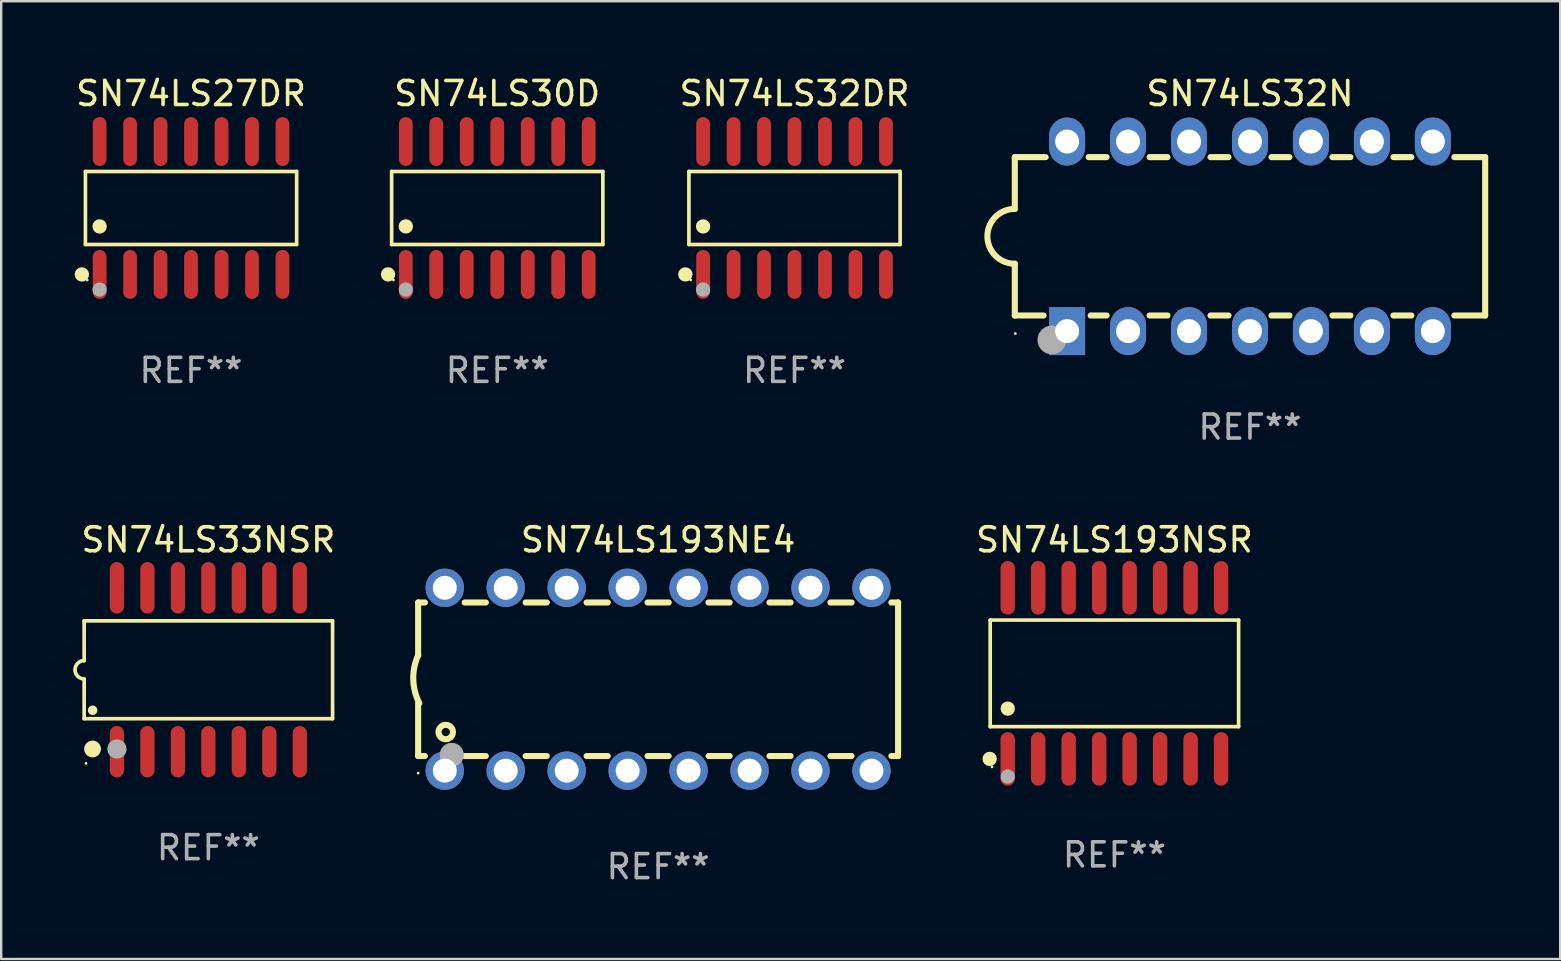
<source format=kicad_pcb>
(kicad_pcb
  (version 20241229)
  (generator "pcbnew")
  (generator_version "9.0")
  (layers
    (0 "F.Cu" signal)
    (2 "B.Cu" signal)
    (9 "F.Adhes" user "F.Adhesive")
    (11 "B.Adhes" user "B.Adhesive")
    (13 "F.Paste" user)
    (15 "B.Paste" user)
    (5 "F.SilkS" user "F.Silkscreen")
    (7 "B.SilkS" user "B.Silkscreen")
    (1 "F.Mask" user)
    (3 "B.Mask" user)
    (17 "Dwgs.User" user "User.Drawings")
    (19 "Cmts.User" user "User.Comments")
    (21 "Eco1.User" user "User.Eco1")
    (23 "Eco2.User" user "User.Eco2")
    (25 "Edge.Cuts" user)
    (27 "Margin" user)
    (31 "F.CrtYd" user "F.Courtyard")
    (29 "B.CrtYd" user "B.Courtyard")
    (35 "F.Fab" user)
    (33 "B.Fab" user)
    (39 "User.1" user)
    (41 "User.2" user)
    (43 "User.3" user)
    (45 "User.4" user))
  (footprint "SN74LS193NSR"
    (layer "F.Cu")
    (at 43.389 25.01)
    (property "Reference" "SN74LS193NSR" (at 0 -5.565 0) (layer "F.SilkS") (effects (font (size 1 1) (thickness 0.15))))
    (attr through_hole)
    (fp_line (start -5.176 -2.221) (end 5.176 -2.221) (stroke (width 0.152) (type solid)) (layer "F.SilkS"))
    (fp_line (start -5.176 2.221) (end -5.176 -2.221) (stroke (width 0.152) (type solid)) (layer "F.SilkS"))
    (fp_line (start 5.176 -2.221) (end 5.176 2.221) (stroke (width 0.152) (type solid)) (layer "F.SilkS"))
    (fp_line (start 5.176 2.221) (end -5.176 2.221) (stroke (width 0.152) (type solid)) (layer "F.SilkS"))
    (fp_circle (center -5.198 3.565) (end -5.048 3.565) (stroke (width 0.3) (type solid)) (fill no) (layer "F.SilkS"))
    (fp_circle (center -5.1 3.9) (end -5.07 3.9) (stroke (width 0.06) (type solid)) (fill no) (layer "F.SilkS"))
    (fp_circle (center -4.445 1.469) (end -4.295 1.469) (stroke (width 0.3) (type solid)) (fill no) (layer "F.SilkS"))
    (fp_circle (center -4.445 4.3) (end -4.295 4.3) (stroke (width 0.3) (type solid)) (fill no) (layer "F.Fab"))
    (fp_text user "REF**" (at 0 7.565 0) (layer "F.Fab") (effects (font (size 1 1) (thickness 0.15))))
    (pad "1" smd oval (at -4.445 3.565) (size 0.602 2.231) (layers "F.Cu" "F.Mask" "F.Paste"))
    (pad "2" smd oval (at -3.175 3.565) (size 0.602 2.231) (layers "F.Cu" "F.Mask" "F.Paste"))
    (pad "3" smd oval (at -1.905 3.565) (size 0.602 2.231) (layers "F.Cu" "F.Mask" "F.Paste"))
    (pad "4" smd oval (at -0.635 3.565) (size 0.602 2.231) (layers "F.Cu" "F.Mask" "F.Paste"))
    (pad "5" smd oval (at 0.635 3.565) (size 0.602 2.231) (layers "F.Cu" "F.Mask" "F.Paste"))
    (pad "6" smd oval (at 1.905 3.565) (size 0.602 2.231) (layers "F.Cu" "F.Mask" "F.Paste"))
    (pad "7" smd oval (at 3.175 3.565) (size 0.602 2.231) (layers "F.Cu" "F.Mask" "F.Paste"))
    (pad "8" smd oval (at 4.445 3.565) (size 0.602 2.231) (layers "F.Cu" "F.Mask" "F.Paste"))
    (pad "9" smd oval (at 4.445 -3.565) (size 0.602 2.231) (layers "F.Cu" "F.Mask" "F.Paste"))
    (pad "10" smd oval (at 3.175 -3.565) (size 0.602 2.231) (layers "F.Cu" "F.Mask" "F.Paste"))
    (pad "11" smd oval (at 1.905 -3.565) (size 0.602 2.231) (layers "F.Cu" "F.Mask" "F.Paste"))
    (pad "12" smd oval (at 0.635 -3.565) (size 0.602 2.231) (layers "F.Cu" "F.Mask" "F.Paste"))
    (pad "13" smd oval (at -0.635 -3.565) (size 0.602 2.231) (layers "F.Cu" "F.Mask" "F.Paste"))
    (pad "14" smd oval (at -1.905 -3.565) (size 0.602 2.231) (layers "F.Cu" "F.Mask" "F.Paste"))
    (pad "15" smd oval (at -3.175 -3.565) (size 0.602 2.231) (layers "F.Cu" "F.Mask" "F.Paste"))
    (pad "16" smd oval (at -4.445 -3.565) (size 0.602 2.231) (layers "F.Cu" "F.Mask" "F.Paste")))
  (footprint "SN74LS30D"
    (layer "F.Cu")
    (at 17.671 5.617)
    (property "Reference" "SN74LS30D" (at 0 -4.769 0) (layer "F.SilkS") (effects (font (size 1 1) (thickness 0.15))))
    (attr through_hole)
    (fp_line (start -4.401 -1.521) (end 4.401 -1.521) (stroke (width 0.152) (type solid)) (layer "F.SilkS"))
    (fp_line (start -4.401 1.521) (end -4.401 -1.521) (stroke (width 0.152) (type solid)) (layer "F.SilkS"))
    (fp_line (start 4.401 -1.521) (end 4.401 1.521) (stroke (width 0.152) (type solid)) (layer "F.SilkS"))
    (fp_line (start 4.401 1.521) (end -4.401 1.521) (stroke (width 0.152) (type solid)) (layer "F.SilkS"))
    (fp_circle (center -4.549 2.769) (end -4.399 2.769) (stroke (width 0.3) (type solid)) (fill no) (layer "F.SilkS"))
    (fp_circle (center -4.325 3) (end -4.295 3) (stroke (width 0.06) (type solid)) (fill no) (layer "F.SilkS"))
    (fp_circle (center -3.81 0.769) (end -3.66 0.769) (stroke (width 0.3) (type solid)) (fill no) (layer "F.SilkS"))
    (fp_circle (center -3.81 3.4) (end -3.66 3.4) (stroke (width 0.3) (type solid)) (fill no) (layer "F.Fab"))
    (fp_text user "REF**" (at 0 6.769 0) (layer "F.Fab") (effects (font (size 1 1) (thickness 0.15))))
    (pad "1" smd oval (at -3.81 2.769) (size 0.574 2.038) (layers "F.Cu" "F.Mask" "F.Paste"))
    (pad "2" smd oval (at -2.54 2.769) (size 0.574 2.038) (layers "F.Cu" "F.Mask" "F.Paste"))
    (pad "3" smd oval (at -1.27 2.769) (size 0.574 2.038) (layers "F.Cu" "F.Mask" "F.Paste"))
    (pad "4" smd oval (at 0 2.769) (size 0.574 2.038) (layers "F.Cu" "F.Mask" "F.Paste"))
    (pad "5" smd oval (at 1.27 2.769) (size 0.574 2.038) (layers "F.Cu" "F.Mask" "F.Paste"))
    (pad "6" smd oval (at 2.54 2.769) (size 0.574 2.038) (layers "F.Cu" "F.Mask" "F.Paste"))
    (pad "7" smd oval (at 3.81 2.769) (size 0.574 2.038) (layers "F.Cu" "F.Mask" "F.Paste"))
    (pad "8" smd oval (at 3.81 -2.769) (size 0.574 2.038) (layers "F.Cu" "F.Mask" "F.Paste"))
    (pad "9" smd oval (at 2.54 -2.769) (size 0.574 2.038) (layers "F.Cu" "F.Mask" "F.Paste"))
    (pad "10" smd oval (at 1.27 -2.769) (size 0.574 2.038) (layers "F.Cu" "F.Mask" "F.Paste"))
    (pad "11" smd oval (at 0 -2.769) (size 0.574 2.038) (layers "F.Cu" "F.Mask" "F.Paste"))
    (pad "12" smd oval (at -1.27 -2.769) (size 0.574 2.038) (layers "F.Cu" "F.Mask" "F.Paste"))
    (pad "13" smd oval (at -2.54 -2.769) (size 0.574 2.038) (layers "F.Cu" "F.Mask" "F.Paste"))
    (pad "14" smd oval (at -3.81 -2.769) (size 0.574 2.038) (layers "F.Cu" "F.Mask" "F.Paste")))
  (footprint "SN74LS32N"
    (layer "F.Cu")
    (at 49.039 6.798)
    (property "Reference" "SN74LS32N" (at 0 -5.95 0) (layer "F.SilkS") (effects (font (size 1 1) (thickness 0.15))))
    (attr through_hole)
    (fp_line (start -9.8 -3.3) (end -9.8 -1.143) (stroke (width 0.254) (type solid)) (layer "F.SilkS"))
    (fp_line (start -9.8 -3.3) (end -8.516 -3.3) (stroke (width 0.254) (type solid)) (layer "F.SilkS"))
    (fp_line (start -9.8 3.3) (end -9.8 1.143) (stroke (width 0.254) (type solid)) (layer "F.SilkS"))
    (fp_line (start -8.601 3.3) (end -9.8 3.3) (stroke (width 0.254) (type solid)) (layer "F.SilkS"))
    (fp_line (start -6.724 -3.3) (end -5.976 -3.3) (stroke (width 0.254) (type solid)) (layer "F.SilkS"))
    (fp_line (start -5.976 3.3) (end -6.639 3.3) (stroke (width 0.254) (type solid)) (layer "F.SilkS"))
    (fp_line (start -4.184 -3.3) (end -3.436 -3.3) (stroke (width 0.254) (type solid)) (layer "F.SilkS"))
    (fp_line (start -3.436 3.3) (end -4.184 3.3) (stroke (width 0.254) (type solid)) (layer "F.SilkS"))
    (fp_line (start -1.644 -3.3) (end -0.896 -3.3) (stroke (width 0.254) (type solid)) (layer "F.SilkS"))
    (fp_line (start -0.896 3.3) (end -1.644 3.3) (stroke (width 0.254) (type solid)) (layer "F.SilkS"))
    (fp_line (start 0.896 -3.3) (end 1.644 -3.3) (stroke (width 0.254) (type solid)) (layer "F.SilkS"))
    (fp_line (start 1.644 3.3) (end 0.896 3.3) (stroke (width 0.254) (type solid)) (layer "F.SilkS"))
    (fp_line (start 3.436 -3.3) (end 4.184 -3.3) (stroke (width 0.254) (type solid)) (layer "F.SilkS"))
    (fp_line (start 4.184 3.3) (end 3.436 3.3) (stroke (width 0.254) (type solid)) (layer "F.SilkS"))
    (fp_line (start 5.976 -3.3) (end 6.724 -3.3) (stroke (width 0.254) (type solid)) (layer "F.SilkS"))
    (fp_line (start 6.724 3.3) (end 5.976 3.3) (stroke (width 0.254) (type solid)) (layer "F.SilkS"))
    (fp_line (start 8.516 -3.3) (end 9.8 -3.3) (stroke (width 0.254) (type solid)) (layer "F.SilkS"))
    (fp_line (start 9.8 -3.3) (end 9.8 3.3) (stroke (width 0.254) (type solid)) (layer "F.SilkS"))
    (fp_line (start 9.8 3.3) (end 8.516 3.3) (stroke (width 0.254) (type solid)) (layer "F.SilkS"))
    (fp_arc (start -9.800038 1.143002) (mid -10.942354 -0.000343) (end -9.799352 -1.143002) (stroke (width 0.254001) (type solid)) (layer "F.SilkS"))
    (fp_circle (center -9.779 4.051) (end -9.749 4.051) (stroke (width 0.06) (type solid)) (fill no) (layer "F.SilkS"))
    (fp_circle (center -8.255 4.318) (end -7.955 4.318) (stroke (width 0.6) (type solid)) (fill no) (layer "F.Fab"))
    (fp_text user "REF**" (at 0 7.95 0) (layer "F.Fab") (effects (font (size 1 1) (thickness 0.15))))
    (pad "1" thru_hole rect (at -7.62 3.95 90) (size 2 1.5) (drill 1) (layers "*.Cu" "*.Mask"))
    (pad "2" thru_hole oval (at -5.08 3.95 90) (size 2 1.5) (drill 1) (layers "*.Cu" "*.Mask"))
    (pad "3" thru_hole oval (at -2.54 3.95 90) (size 2 1.5) (drill 1) (layers "*.Cu" "*.Mask"))
    (pad "4" thru_hole oval (at -0.000013 3.95 90) (size 2 1.5) (drill 1) (layers "*.Cu" "*.Mask"))
    (pad "5" thru_hole oval (at 2.54 3.95 90) (size 2 1.5) (drill 1) (layers "*.Cu" "*.Mask"))
    (pad "6" thru_hole oval (at 5.08 3.95 90) (size 2 1.5) (drill 1) (layers "*.Cu" "*.Mask"))
    (pad "7" thru_hole oval (at 7.62 3.95 90) (size 2 1.5) (drill 1) (layers "*.Cu" "*.Mask"))
    (pad "8" thru_hole oval (at 7.62 -3.95 90) (size 2 1.5) (drill 1) (layers "*.Cu" "*.Mask"))
    (pad "9" thru_hole oval (at 5.08 -3.95 90) (size 2 1.5) (drill 1) (layers "*.Cu" "*.Mask"))
    (pad "10" thru_hole oval (at 2.54 -3.95 90) (size 2 1.5) (drill 1) (layers "*.Cu" "*.Mask"))
    (pad "11" thru_hole oval (at -0.000013 -3.95 90) (size 2 1.5) (drill 1) (layers "*.Cu" "*.Mask"))
    (pad "12" thru_hole oval (at -2.54 -3.95 90) (size 2 1.5) (drill 1) (layers "*.Cu" "*.Mask"))
    (pad "13" thru_hole oval (at -5.08 -3.95 90) (size 2 1.5) (drill 1) (layers "*.Cu" "*.Mask"))
    (pad "14" thru_hole oval (at -7.62 -3.95 90) (size 2 1.5) (drill 1) (layers "*.Cu" "*.Mask")))
  (footprint "SN74LS27DR"
    (layer "F.Cu")
    (at 4.911 5.617)
    (property "Reference" "SN74LS27DR" (at 0 -4.769 0) (layer "F.SilkS") (effects (font (size 1 1) (thickness 0.15))))
    (attr through_hole)
    (fp_line (start -4.401 -1.521) (end 4.401 -1.521) (stroke (width 0.152) (type solid)) (layer "F.SilkS"))
    (fp_line (start -4.401 1.521) (end -4.401 -1.521) (stroke (width 0.152) (type solid)) (layer "F.SilkS"))
    (fp_line (start 4.401 -1.521) (end 4.401 1.521) (stroke (width 0.152) (type solid)) (layer "F.SilkS"))
    (fp_line (start 4.401 1.521) (end -4.401 1.521) (stroke (width 0.152) (type solid)) (layer "F.SilkS"))
    (fp_circle (center -4.549 2.769) (end -4.399 2.769) (stroke (width 0.3) (type solid)) (fill no) (layer "F.SilkS"))
    (fp_circle (center -4.325 3) (end -4.295 3) (stroke (width 0.06) (type solid)) (fill no) (layer "F.SilkS"))
    (fp_circle (center -3.81 0.769) (end -3.66 0.769) (stroke (width 0.3) (type solid)) (fill no) (layer "F.SilkS"))
    (fp_circle (center -3.81 3.4) (end -3.66 3.4) (stroke (width 0.3) (type solid)) (fill no) (layer "F.Fab"))
    (fp_text user "REF**" (at 0 6.769 0) (layer "F.Fab") (effects (font (size 1 1) (thickness 0.15))))
    (pad "1" smd oval (at -3.81 2.769) (size 0.574 2.038) (layers "F.Cu" "F.Mask" "F.Paste"))
    (pad "2" smd oval (at -2.54 2.769) (size 0.574 2.038) (layers "F.Cu" "F.Mask" "F.Paste"))
    (pad "3" smd oval (at -1.27 2.769) (size 0.574 2.038) (layers "F.Cu" "F.Mask" "F.Paste"))
    (pad "4" smd oval (at 0 2.769) (size 0.574 2.038) (layers "F.Cu" "F.Mask" "F.Paste"))
    (pad "5" smd oval (at 1.27 2.769) (size 0.574 2.038) (layers "F.Cu" "F.Mask" "F.Paste"))
    (pad "6" smd oval (at 2.54 2.769) (size 0.574 2.038) (layers "F.Cu" "F.Mask" "F.Paste"))
    (pad "7" smd oval (at 3.81 2.769) (size 0.574 2.038) (layers "F.Cu" "F.Mask" "F.Paste"))
    (pad "8" smd oval (at 3.81 -2.769) (size 0.574 2.038) (layers "F.Cu" "F.Mask" "F.Paste"))
    (pad "9" smd oval (at 2.54 -2.769) (size 0.574 2.038) (layers "F.Cu" "F.Mask" "F.Paste"))
    (pad "10" smd oval (at 1.27 -2.769) (size 0.574 2.038) (layers "F.Cu" "F.Mask" "F.Paste"))
    (pad "11" smd oval (at 0 -2.769) (size 0.574 2.038) (layers "F.Cu" "F.Mask" "F.Paste"))
    (pad "12" smd oval (at -1.27 -2.769) (size 0.574 2.038) (layers "F.Cu" "F.Mask" "F.Paste"))
    (pad "13" smd oval (at -2.54 -2.769) (size 0.574 2.038) (layers "F.Cu" "F.Mask" "F.Paste"))
    (pad "14" smd oval (at -3.81 -2.769) (size 0.574 2.038) (layers "F.Cu" "F.Mask" "F.Paste")))
  (footprint "SN74LS193NE4"
    (layer "F.Cu")
    (at 24.375 25.255)
    (property "Reference" "SN74LS193NE4" (at 0 -5.81 0) (layer "F.SilkS") (effects (font (size 1 1) (thickness 0.15))))
    (attr through_hole)
    (fp_line (start -10 -3.198) (end -9.719 -3.198) (stroke (width 0.254) (type solid)) (layer "F.SilkS"))
    (fp_line (start -10 -0.998) (end -10 -3.198) (stroke (width 0.254) (type solid)) (layer "F.SilkS"))
    (fp_line (start -10 3.2) (end -10 1) (stroke (width 0.254) (type solid)) (layer "F.SilkS"))
    (fp_line (start -10 3.2) (end -9.721 3.2) (stroke (width 0.254) (type solid)) (layer "F.SilkS"))
    (fp_line (start -8.061 -3.198) (end -7.179 -3.198) (stroke (width 0.254) (type solid)) (layer "F.SilkS"))
    (fp_line (start -8.059 3.2) (end -7.181 3.2) (stroke (width 0.254) (type solid)) (layer "F.SilkS"))
    (fp_line (start -5.521 -3.198) (end -4.639 -3.198) (stroke (width 0.254) (type solid)) (layer "F.SilkS"))
    (fp_line (start -5.519 3.2) (end -4.641 3.2) (stroke (width 0.254) (type solid)) (layer "F.SilkS"))
    (fp_line (start -2.981 -3.198) (end -2.099 -3.198) (stroke (width 0.254) (type solid)) (layer "F.SilkS"))
    (fp_line (start -2.979 3.2) (end -2.101 3.2) (stroke (width 0.254) (type solid)) (layer "F.SilkS"))
    (fp_line (start -0.441 -3.198) (end 0.441 -3.198) (stroke (width 0.254) (type solid)) (layer "F.SilkS"))
    (fp_line (start -0.439 3.2) (end 0.439 3.2) (stroke (width 0.254) (type solid)) (layer "F.SilkS"))
    (fp_line (start 2.099 -3.198) (end 2.981 -3.198) (stroke (width 0.254) (type solid)) (layer "F.SilkS"))
    (fp_line (start 2.101 3.2) (end 2.979 3.2) (stroke (width 0.254) (type solid)) (layer "F.SilkS"))
    (fp_line (start 4.639 -3.198) (end 5.521 -3.198) (stroke (width 0.254) (type solid)) (layer "F.SilkS"))
    (fp_line (start 4.641 3.2) (end 5.519 3.2) (stroke (width 0.254) (type solid)) (layer "F.SilkS"))
    (fp_line (start 7.179 -3.198) (end 8.061 -3.198) (stroke (width 0.254) (type solid)) (layer "F.SilkS"))
    (fp_line (start 7.181 3.2) (end 8.059 3.2) (stroke (width 0.254) (type solid)) (layer "F.SilkS"))
    (fp_line (start 9.719 -3.198) (end 10 -3.198) (stroke (width 0.254) (type solid)) (layer "F.SilkS"))
    (fp_line (start 9.721 3.2) (end 10 3.2) (stroke (width 0.254) (type solid)) (layer "F.SilkS"))
    (fp_line (start 10 3.2) (end 10 -3.2) (stroke (width 0.254) (type solid)) (layer "F.SilkS"))
    (fp_arc (start -9.949962 1) (mid -10.203153 0.005709) (end -10 -1) (stroke (width 0.254001) (type solid)) (layer "F.SilkS"))
    (fp_circle (center -10 3.91) (end -9.97 3.91) (stroke (width 0.06) (type solid)) (fill no) (layer "F.SilkS"))
    (fp_circle (center -8.85 2.2) (end -8.55 2.2) (stroke (width 0.254) (type solid)) (fill no) (layer "F.SilkS"))
    (fp_circle (center -8.6 3.15) (end -8.35 3.15) (stroke (width 0.5) (type solid)) (fill no) (layer "F.Fab"))
    (fp_text user "REF**" (at 0 7.81 0) (layer "F.Fab") (effects (font (size 1 1) (thickness 0.15))))
    (pad "1" thru_hole circle (at -8.89 3.81) (size 1.6 1.6) (drill 1) (layers "*.Cu" "*.Mask"))
    (pad "2" thru_hole circle (at -6.35 3.81) (size 1.6 1.6) (drill 1) (layers "*.Cu" "*.Mask"))
    (pad "3" thru_hole circle (at -3.81 3.81) (size 1.6 1.6) (drill 1) (layers "*.Cu" "*.Mask"))
    (pad "4" thru_hole circle (at -1.27 3.81) (size 1.6 1.6) (drill 1) (layers "*.Cu" "*.Mask"))
    (pad "5" thru_hole circle (at 1.27 3.81) (size 1.6 1.6) (drill 1) (layers "*.Cu" "*.Mask"))
    (pad "6" thru_hole circle (at 3.81 3.81) (size 1.6 1.6) (drill 1) (layers "*.Cu" "*.Mask"))
    (pad "7" thru_hole circle (at 6.35 3.81) (size 1.6 1.6) (drill 1) (layers "*.Cu" "*.Mask"))
    (pad "8" thru_hole circle (at 8.89 3.81) (size 1.6 1.6) (drill 1) (layers "*.Cu" "*.Mask"))
    (pad "9" thru_hole circle (at 8.89 -3.81) (size 1.6 1.6) (drill 1) (layers "*.Cu" "*.Mask"))
    (pad "10" thru_hole circle (at 6.35 -3.81) (size 1.6 1.6) (drill 1) (layers "*.Cu" "*.Mask"))
    (pad "11" thru_hole circle (at 3.81 -3.81) (size 1.6 1.6) (drill 1) (layers "*.Cu" "*.Mask"))
    (pad "12" thru_hole circle (at 1.27 -3.81) (size 1.6 1.6) (drill 1) (layers "*.Cu" "*.Mask"))
    (pad "13" thru_hole circle (at -1.27 -3.81) (size 1.6 1.6) (drill 1) (layers "*.Cu" "*.Mask"))
    (pad "14" thru_hole circle (at -3.81 -3.81) (size 1.6 1.6) (drill 1) (layers "*.Cu" "*.Mask"))
    (pad "15" thru_hole circle (at -6.35 -3.81) (size 1.6 1.6) (drill 1) (layers "*.Cu" "*.Mask"))
    (pad "16" thru_hole circle (at -8.89 -3.81) (size 1.6 1.6) (drill 1) (layers "*.Cu" "*.Mask")))
  (footprint "SN74LS33NSR"
    (layer "F.Cu")
    (at 5.633 24.86)
    (property "Reference" "SN74LS33NSR" (at 0 -5.415 0) (layer "F.SilkS") (effects (font (size 1 1) (thickness 0.15))))
    (attr through_hole)
    (fp_line (start -5.176 -2.039) (end 5.176 -2.039) (stroke (width 0.152) (type solid)) (layer "F.SilkS"))
    (fp_line (start -5.176 -0.381) (end -5.176 -2.039) (stroke (width 0.152) (type solid)) (layer "F.SilkS"))
    (fp_line (start -5.176 0.381) (end -5.176 2.039) (stroke (width 0.152) (type solid)) (layer "F.SilkS"))
    (fp_line (start 5.176 -2.039) (end 5.176 2.039) (stroke (width 0.152) (type solid)) (layer "F.SilkS"))
    (fp_line (start 5.176 2.039) (end -5.176 2.039) (stroke (width 0.152) (type solid)) (layer "F.SilkS"))
    (fp_arc (start -5.1762 0.381001) (mid -5.557201 0) (end -5.1762 -0.381001) (stroke (width 0.151994) (type solid)) (layer "F.SilkS"))
    (fp_circle (center -5.1 3.9) (end -5.07 3.9) (stroke (width 0.06) (type solid)) (fill no) (layer "F.SilkS"))
    (fp_circle (center -4.826 3.302) (end -4.651 3.302) (stroke (width 0.35) (type solid)) (fill no) (layer "F.SilkS"))
    (fp_circle (center -4.824 1.687) (end -4.724 1.687) (stroke (width 0.2) (type solid)) (fill no) (layer "F.SilkS"))
    (fp_circle (center -3.81 3.302) (end -3.61 3.302) (stroke (width 0.4) (type solid)) (fill no) (layer "F.Fab"))
    (fp_text user "REF**" (at 0 7.415 0) (layer "F.Fab") (effects (font (size 1 1) (thickness 0.15))))
    (pad "1" smd oval (at -3.81 3.415) (size 0.595 2.142) (layers "F.Cu" "F.Mask" "F.Paste"))
    (pad "2" smd oval (at -2.54 3.415) (size 0.595 2.142) (layers "F.Cu" "F.Mask" "F.Paste"))
    (pad "3" smd oval (at -1.27 3.415) (size 0.595 2.142) (layers "F.Cu" "F.Mask" "F.Paste"))
    (pad "4" smd oval (at 0 3.415) (size 0.595 2.142) (layers "F.Cu" "F.Mask" "F.Paste"))
    (pad "5" smd oval (at 1.27 3.415) (size 0.595 2.142) (layers "F.Cu" "F.Mask" "F.Paste"))
    (pad "6" smd oval (at 2.54 3.415) (size 0.595 2.142) (layers "F.Cu" "F.Mask" "F.Paste"))
    (pad "7" smd oval (at 3.81 3.415) (size 0.595 2.142) (layers "F.Cu" "F.Mask" "F.Paste"))
    (pad "8" smd oval (at 3.81 -3.415) (size 0.595 2.142) (layers "F.Cu" "F.Mask" "F.Paste"))
    (pad "9" smd oval (at 2.54 -3.415) (size 0.595 2.142) (layers "F.Cu" "F.Mask" "F.Paste"))
    (pad "10" smd oval (at 1.27 -3.415) (size 0.595 2.142) (layers "F.Cu" "F.Mask" "F.Paste"))
    (pad "11" smd oval (at 0 -3.415) (size 0.595 2.142) (layers "F.Cu" "F.Mask" "F.Paste"))
    (pad "12" smd oval (at -1.27 -3.415) (size 0.595 2.142) (layers "F.Cu" "F.Mask" "F.Paste"))
    (pad "13" smd oval (at -2.54 -3.415) (size 0.595 2.142) (layers "F.Cu" "F.Mask" "F.Paste"))
    (pad "14" smd oval (at -3.81 -3.415) (size 0.595 2.142) (layers "F.Cu" "F.Mask" "F.Paste")))
  (footprint "SN74LS32DR"
    (layer "F.Cu")
    (at 30.059 5.617)
    (property "Reference" "SN74LS32DR" (at 0 -4.769 0) (layer "F.SilkS") (effects (font (size 1 1) (thickness 0.15))))
    (attr through_hole)
    (fp_line (start -4.401 -1.521) (end 4.401 -1.521) (stroke (width 0.152) (type solid)) (layer "F.SilkS"))
    (fp_line (start -4.401 1.521) (end -4.401 -1.521) (stroke (width 0.152) (type solid)) (layer "F.SilkS"))
    (fp_line (start 4.401 -1.521) (end 4.401 1.521) (stroke (width 0.152) (type solid)) (layer "F.SilkS"))
    (fp_line (start 4.401 1.521) (end -4.401 1.521) (stroke (width 0.152) (type solid)) (layer "F.SilkS"))
    (fp_circle (center -4.549 2.769) (end -4.399 2.769) (stroke (width 0.3) (type solid)) (fill no) (layer "F.SilkS"))
    (fp_circle (center -4.325 3) (end -4.295 3) (stroke (width 0.06) (type solid)) (fill no) (layer "F.SilkS"))
    (fp_circle (center -3.81 0.769) (end -3.66 0.769) (stroke (width 0.3) (type solid)) (fill no) (layer "F.SilkS"))
    (fp_circle (center -3.81 3.4) (end -3.66 3.4) (stroke (width 0.3) (type solid)) (fill no) (layer "F.Fab"))
    (fp_text user "REF**" (at 0 6.769 0) (layer "F.Fab") (effects (font (size 1 1) (thickness 0.15))))
    (pad "1" smd oval (at -3.81 2.769) (size 0.574 2.038) (layers "F.Cu" "F.Mask" "F.Paste"))
    (pad "2" smd oval (at -2.54 2.769) (size 0.574 2.038) (layers "F.Cu" "F.Mask" "F.Paste"))
    (pad "3" smd oval (at -1.27 2.769) (size 0.574 2.038) (layers "F.Cu" "F.Mask" "F.Paste"))
    (pad "4" smd oval (at 0 2.769) (size 0.574 2.038) (layers "F.Cu" "F.Mask" "F.Paste"))
    (pad "5" smd oval (at 1.27 2.769) (size 0.574 2.038) (layers "F.Cu" "F.Mask" "F.Paste"))
    (pad "6" smd oval (at 2.54 2.769) (size 0.574 2.038) (layers "F.Cu" "F.Mask" "F.Paste"))
    (pad "7" smd oval (at 3.81 2.769) (size 0.574 2.038) (layers "F.Cu" "F.Mask" "F.Paste"))
    (pad "8" smd oval (at 3.81 -2.769) (size 0.574 2.038) (layers "F.Cu" "F.Mask" "F.Paste"))
    (pad "9" smd oval (at 2.54 -2.769) (size 0.574 2.038) (layers "F.Cu" "F.Mask" "F.Paste"))
    (pad "10" smd oval (at 1.27 -2.769) (size 0.574 2.038) (layers "F.Cu" "F.Mask" "F.Paste"))
    (pad "11" smd oval (at 0 -2.769) (size 0.574 2.038) (layers "F.Cu" "F.Mask" "F.Paste"))
    (pad "12" smd oval (at -1.27 -2.769) (size 0.574 2.038) (layers "F.Cu" "F.Mask" "F.Paste"))
    (pad "13" smd oval (at -2.54 -2.769) (size 0.574 2.038) (layers "F.Cu" "F.Mask" "F.Paste"))
    (pad "14" smd oval (at -3.81 -2.769) (size 0.574 2.038) (layers "F.Cu" "F.Mask" "F.Paste")))
  (gr_rect
    (start -3 -3)
    (end 61.966 36.913)
    (stroke (width 0.1) (type default))
    (fill no)
    (layer "Edge.Cuts")))
</source>
